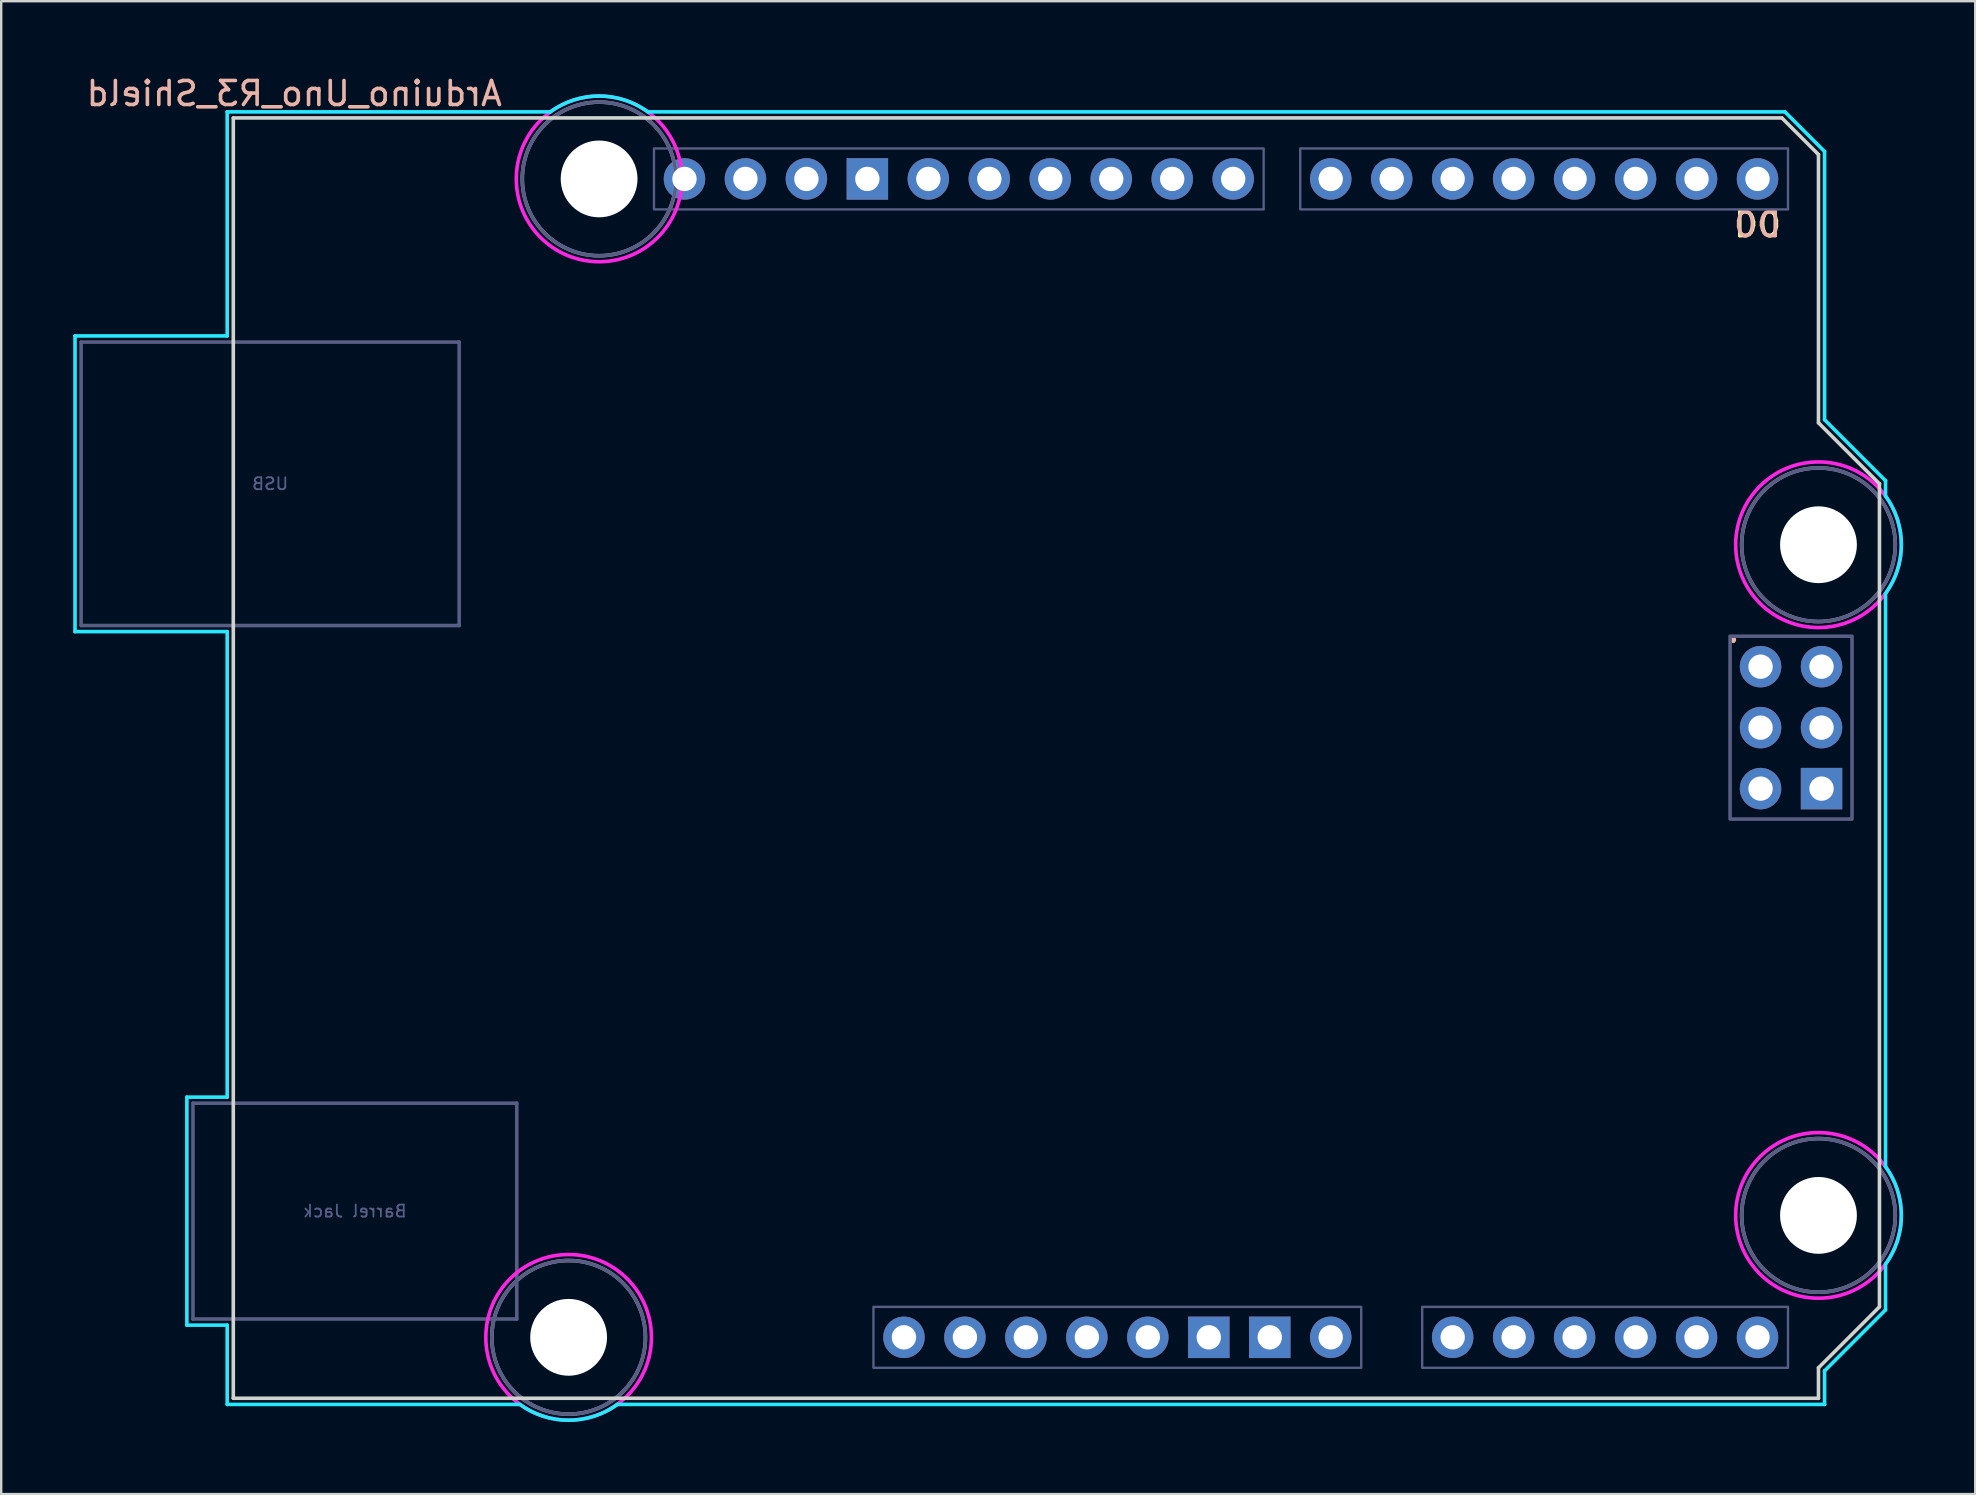
<source format=kicad_pcb>
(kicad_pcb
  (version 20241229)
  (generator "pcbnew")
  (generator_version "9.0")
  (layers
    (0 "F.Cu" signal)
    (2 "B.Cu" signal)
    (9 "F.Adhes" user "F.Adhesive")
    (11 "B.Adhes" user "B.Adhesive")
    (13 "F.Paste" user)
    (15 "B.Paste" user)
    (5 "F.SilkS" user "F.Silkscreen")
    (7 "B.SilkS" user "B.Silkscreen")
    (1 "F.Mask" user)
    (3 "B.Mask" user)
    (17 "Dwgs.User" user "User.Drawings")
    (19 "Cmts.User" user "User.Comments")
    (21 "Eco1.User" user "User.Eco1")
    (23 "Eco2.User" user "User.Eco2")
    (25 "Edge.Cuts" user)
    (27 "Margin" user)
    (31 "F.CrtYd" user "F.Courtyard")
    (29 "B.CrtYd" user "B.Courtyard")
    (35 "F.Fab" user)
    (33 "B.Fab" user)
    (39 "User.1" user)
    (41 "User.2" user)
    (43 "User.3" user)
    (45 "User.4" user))
  (footprint "Arduino_Uno_R3_Shield"
    (layer "F.Cu")
    (at 6.669 55.204)
    (property "Reference" "Arduino_Uno_R3_Shield" (at 2.54 -54.356 0) (layer "B.SilkS") (effects (font (size 1 1) (thickness 0.15)) (justify mirror)))
    (attr through_hole)
    (fp_line (start 0 -53.34) (end 0 0) (stroke (width 0.15) (type solid)) (layer "Edge.Cuts"))
    (fp_line (start 0 -53.34) (end 64.516 -53.34) (stroke (width 0.15) (type solid)) (layer "Edge.Cuts"))
    (fp_line (start 0 0) (end 66.04 0) (stroke (width 0.15) (type solid)) (layer "Edge.Cuts"))
    (fp_line (start 64.516 -53.34) (end 66.04 -51.816) (stroke (width 0.15) (type solid)) (layer "Edge.Cuts"))
    (fp_line (start 66.04 -40.64) (end 66.04 -51.816) (stroke (width 0.15) (type solid)) (layer "Edge.Cuts"))
    (fp_line (start 66.04 -1.27) (end 68.58 -3.81) (stroke (width 0.15) (type solid)) (layer "Edge.Cuts"))
    (fp_line (start 66.04 0) (end 66.04 -1.27) (stroke (width 0.15) (type solid)) (layer "Edge.Cuts"))
    (fp_line (start 68.58 -38.1) (end 66.04 -40.64) (stroke (width 0.15) (type solid)) (layer "Edge.Cuts"))
    (fp_line (start 68.58 -3.81) (end 68.58 -38.1) (stroke (width 0.15) (type solid)) (layer "Edge.Cuts"))
    (fp_line (start -6.594 -44.258) (end -0.254 -44.258) (stroke (width 0.15) (type solid)) (layer "B.CrtYd"))
    (fp_line (start -6.594 -31.94) (end -6.594 -44.258) (stroke (width 0.15) (type solid)) (layer "B.CrtYd"))
    (fp_line (start -1.934 -12.548) (end -1.934 -3.049) (stroke (width 0.15) (type solid)) (layer "B.CrtYd"))
    (fp_line (start -1.934 -12.548) (end -0.254 -12.548) (stroke (width 0.15) (type solid)) (layer "B.CrtYd"))
    (fp_line (start -1.934 -3.049) (end -0.254 -3.049) (stroke (width 0.15) (type solid)) (layer "B.CrtYd"))
    (fp_line (start -0.254 -53.594) (end -0.254 -44.258) (stroke (width 0.15) (type solid)) (layer "B.CrtYd"))
    (fp_line (start -0.254 -31.94) (end -6.594 -31.94) (stroke (width 0.15) (type solid)) (layer "B.CrtYd"))
    (fp_line (start -0.254 -31.94) (end -0.254 -12.548) (stroke (width 0.15) (type solid)) (layer "B.CrtYd"))
    (fp_line (start -0.254 -3.049) (end -0.254 0.254) (stroke (width 0.15) (type solid)) (layer "B.CrtYd"))
    (fp_line (start 11.938 0.254) (end -0.254 0.254) (stroke (width 0.15) (type solid)) (layer "B.CrtYd"))
    (fp_line (start 13.208 -53.594) (end -0.254 -53.594) (stroke (width 0.15) (type solid)) (layer "B.CrtYd"))
    (fp_line (start 16.002 0.254) (end 66.294 0.254) (stroke (width 0.15) (type solid)) (layer "B.CrtYd"))
    (fp_line (start 17.272 -53.594) (end 64.643 -53.594) (stroke (width 0.15) (type solid)) (layer "B.CrtYd"))
    (fp_line (start 64.643 -53.594) (end 66.294 -51.943) (stroke (width 0.15) (type solid)) (layer "B.CrtYd"))
    (fp_line (start 66.294 -40.767) (end 66.294 -51.943) (stroke (width 0.15) (type solid)) (layer "B.CrtYd"))
    (fp_line (start 66.294 -1.143) (end 68.834 -3.683) (stroke (width 0.15) (type solid)) (layer "B.CrtYd"))
    (fp_line (start 66.294 0.254) (end 66.294 -1.143) (stroke (width 0.15) (type solid)) (layer "B.CrtYd"))
    (fp_line (start 68.834 -38.227) (end 66.294 -40.767) (stroke (width 0.15) (type solid)) (layer "B.CrtYd"))
    (fp_line (start 68.834 -38.227) (end 68.834 -37.592) (stroke (width 0.15) (type solid)) (layer "B.CrtYd"))
    (fp_line (start 68.834 -9.652) (end 68.834 -33.528) (stroke (width 0.15) (type solid)) (layer "B.CrtYd"))
    (fp_line (start 68.834 -5.588) (end 68.834 -3.683) (stroke (width 0.15) (type solid)) (layer "B.CrtYd"))
    (fp_arc (start 13.208 -53.594) (mid 15.24 -54.254237) (end 17.272 -53.594) (stroke (width 0.15) (type solid)) (layer "B.CrtYd"))
    (fp_arc (start 16.002 0.254) (mid 13.97 0.914237) (end 11.938 0.254) (stroke (width 0.15) (type solid)) (layer "B.CrtYd"))
    (fp_arc (start 68.834 -37.592) (mid 69.494238 -35.56) (end 68.834 -33.528) (stroke (width 0.15) (type solid)) (layer "B.CrtYd"))
    (fp_arc (start 68.834 -9.652) (mid 69.494238 -7.62) (end 68.834 -5.588) (stroke (width 0.15) (type solid)) (layer "B.CrtYd"))
    (fp_circle (center 13.97 -2.54) (end 17.42 -2.54) (stroke (width 0.15) (type solid)) (fill no) (layer "F.CrtYd"))
    (fp_circle (center 15.24 -50.8) (end 18.69 -50.8) (stroke (width 0.15) (type solid)) (fill no) (layer "F.CrtYd"))
    (fp_circle (center 66.04 -35.56) (end 69.49 -35.56) (stroke (width 0.15) (type solid)) (fill no) (layer "F.CrtYd"))
    (fp_circle (center 66.04 -7.62) (end 69.49 -7.62) (stroke (width 0.15) (type solid)) (fill no) (layer "F.CrtYd"))
    (fp_line (start -6.34 -44.004) (end 9.41 -44.004) (stroke (width 0.15) (type solid)) (layer "B.Fab"))
    (fp_line (start -6.34 -32.194) (end -6.34 -44.004) (stroke (width 0.15) (type solid)) (layer "B.Fab"))
    (fp_line (start -6.34 -32.194) (end 9.41 -32.194) (stroke (width 0.15) (type solid)) (layer "B.Fab"))
    (fp_line (start -1.68 -12.294) (end -1.68 -3.303) (stroke (width 0.15) (type solid)) (layer "B.Fab"))
    (fp_line (start -1.68 -12.294) (end 11.81 -12.294) (stroke (width 0.15) (type solid)) (layer "B.Fab"))
    (fp_line (start -1.68 -3.303) (end 11.81 -3.303) (stroke (width 0.15) (type solid)) (layer "B.Fab"))
    (fp_line (start 9.41 -32.194) (end 9.41 -44.004) (stroke (width 0.15) (type solid)) (layer "B.Fab"))
    (fp_line (start 11.81 -12.294) (end 11.81 -3.303) (stroke (width 0.15) (type solid)) (layer "B.Fab"))
    (fp_rect (start 17.526 -52.07) (end 42.926 -49.53) (stroke (width 0.1) (type solid)) (fill no) (layer "B.Fab"))
    (fp_rect (start 26.67 -3.81) (end 46.99 -1.27) (stroke (width 0.1) (type solid)) (fill no) (layer "B.Fab"))
    (fp_rect (start 44.45 -52.07) (end 64.77 -49.53) (stroke (width 0.1) (type solid)) (fill no) (layer "B.Fab"))
    (fp_rect (start 49.53 -3.81) (end 64.77 -1.27) (stroke (width 0.1) (type solid)) (fill no) (layer "B.Fab"))
    (fp_rect (start 62.357 -31.75) (end 67.437 -24.13) (stroke (width 0.15) (type solid)) (fill no) (layer "B.Fab"))
    (fp_circle (center 13.97 -2.54) (end 17.17 -2.54) (stroke (width 0.15) (type solid)) (fill no) (layer "B.Fab"))
    (fp_circle (center 15.24 -50.8) (end 18.44 -50.8) (stroke (width 0.15) (type solid)) (fill no) (layer "B.Fab"))
    (fp_circle (center 66.04 -35.56) (end 69.24 -35.56) (stroke (width 0.15) (type solid)) (fill no) (layer "B.Fab"))
    (fp_circle (center 66.04 -7.62) (end 69.24 -7.62) (stroke (width 0.15) (type solid)) (fill no) (layer "B.Fab"))
    (fp_circle (center 13.97 -2.54) (end 17.17 -2.54) (stroke (width 0.15) (type solid)) (fill no) (layer "F.Fab"))
    (fp_circle (center 15.24 -50.8) (end 18.44 -50.8) (stroke (width 0.15) (type solid)) (fill no) (layer "F.Fab"))
    (fp_circle (center 66.04 -35.56) (end 69.24 -35.56) (stroke (width 0.15) (type solid)) (fill no) (layer "F.Fab"))
    (fp_circle (center 66.04 -7.62) (end 69.24 -7.62) (stroke (width 0.15) (type solid)) (fill no) (layer "F.Fab"))
    (fp_text user "." (at 62.484 -32.004 0) (layer "F.SilkS") (effects (font (size 1 1) (thickness 0.15))))
    (fp_text user "D0" (at 63.5 -48.895 0) (unlocked yes) (layer "F.SilkS") (effects (font (size 1 1) (thickness 0.15))))
    (fp_text user "." (at 62.484 -32.004 0) (layer "B.SilkS") (effects (font (size 1 1) (thickness 0.15))))
    (fp_text user "D0" (at 63.5 -48.895 0) (unlocked yes) (layer "B.SilkS") (effects (font (size 1 1) (thickness 0.15)) (justify mirror)))
    (fp_text user "Barrel Jack" (at 5.065 -7.798 0) (layer "B.Fab") (effects (font (size 0.5 0.5) (thickness 0.075)) (justify mirror)))
    (fp_text user "USB" (at 1.535 -38.099 0) (layer "B.Fab") (effects (font (size 0.5 0.5) (thickness 0.075)) (justify mirror)))
    (pad "" np_thru_hole circle (at 13.97 -2.54) (size 3.2 3.2) (drill 3.2) (layers "*.Cu" "*.Mask"))
    (pad "" np_thru_hole circle (at 15.24 -50.8) (size 3.2 3.2) (drill 3.2) (layers "*.Cu" "*.Mask"))
    (pad "" thru_hole oval (at 27.94 -2.54) (size 1.727 1.727) (drill 1.016) (layers "*.Cu" "*.Mask"))
    (pad "" np_thru_hole circle (at 66.04 -35.56) (size 3.2 3.2) (drill 3.2) (layers "*.Cu" "*.Mask"))
    (pad "" np_thru_hole circle (at 66.04 -7.62) (size 3.2 3.2) (drill 3.2) (layers "*.Cu" "*.Mask"))
    (pad "3V3" thru_hole oval (at 35.56 -2.54) (size 1.727 1.727) (drill 1.016) (layers "*.Cu" "*.Mask"))
    (pad "5V1" thru_hole oval (at 38.1 -2.54) (size 1.727 1.727) (drill 1.016) (layers "*.Cu" "*.Mask"))
    (pad "5V2" thru_hole oval (at 66.167 -30.48) (size 1.727 1.727) (drill 1.016) (layers "*.Cu" "*.Mask"))
    (pad "A0" thru_hole oval (at 50.8 -2.54) (size 1.727 1.727) (drill 1.016) (layers "*.Cu" "*.Mask"))
    (pad "A1" thru_hole oval (at 53.34 -2.54) (size 1.727 1.727) (drill 1.016) (layers "*.Cu" "*.Mask"))
    (pad "A2" thru_hole oval (at 55.88 -2.54) (size 1.727 1.727) (drill 1.016) (layers "*.Cu" "*.Mask"))
    (pad "A3" thru_hole oval (at 58.42 -2.54) (size 1.727 1.727) (drill 1.016) (layers "*.Cu" "*.Mask"))
    (pad "A4" thru_hole oval (at 60.96 -2.54) (size 1.727 1.727) (drill 1.016) (layers "*.Cu" "*.Mask"))
    (pad "A5" thru_hole oval (at 63.5 -2.54) (size 1.727 1.727) (drill 1.016) (layers "*.Cu" "*.Mask"))
    (pad "AREF" thru_hole oval (at 23.876 -50.8) (size 1.727 1.727) (drill 1.016) (layers "*.Cu" "*.Mask"))
    (pad "D0" thru_hole oval (at 63.5 -50.8) (size 1.727 1.727) (drill 1.016) (layers "*.Cu" "*.Mask"))
    (pad "D1" thru_hole oval (at 60.96 -50.8) (size 1.727 1.727) (drill 1.016) (layers "*.Cu" "*.Mask"))
    (pad "D2" thru_hole oval (at 58.42 -50.8) (size 1.727 1.727) (drill 1.016) (layers "*.Cu" "*.Mask"))
    (pad "D3" thru_hole oval (at 55.88 -50.8) (size 1.727 1.727) (drill 1.016) (layers "*.Cu" "*.Mask"))
    (pad "D4" thru_hole oval (at 53.34 -50.8) (size 1.727 1.727) (drill 1.016) (layers "*.Cu" "*.Mask"))
    (pad "D5" thru_hole oval (at 50.8 -50.8) (size 1.727 1.727) (drill 1.016) (layers "*.Cu" "*.Mask"))
    (pad "D6" thru_hole oval (at 48.26 -50.8) (size 1.727 1.727) (drill 1.016) (layers "*.Cu" "*.Mask"))
    (pad "D7" thru_hole oval (at 45.72 -50.8) (size 1.727 1.727) (drill 1.016) (layers "*.Cu" "*.Mask"))
    (pad "D8" thru_hole oval (at 41.656 -50.8) (size 1.727 1.727) (drill 1.016) (layers "*.Cu" "*.Mask"))
    (pad "D9" thru_hole oval (at 39.116 -50.8) (size 1.727 1.727) (drill 1.016) (layers "*.Cu" "*.Mask"))
    (pad "D10" thru_hole oval (at 36.576 -50.8) (size 1.727 1.727) (drill 1.016) (layers "*.Cu" "*.Mask"))
    (pad "D11" thru_hole oval (at 34.036 -50.8) (size 1.727 1.727) (drill 1.016) (layers "*.Cu" "*.Mask"))
    (pad "D12" thru_hole oval (at 31.496 -50.8) (size 1.727 1.727) (drill 1.016) (layers "*.Cu" "*.Mask"))
    (pad "D13" thru_hole oval (at 28.956 -50.8) (size 1.727 1.727) (drill 1.016) (layers "*.Cu" "*.Mask"))
    (pad "GND1" thru_hole rect (at 26.416 -50.8) (size 1.727 1.727) (drill 1.016) (layers "*.Cu" "*.Mask"))
    (pad "GND2" thru_hole rect (at 40.64 -2.54) (size 1.727 1.727) (drill 1.016) (layers "*.Cu" "*.Mask"))
    (pad "GND3" thru_hole rect (at 43.18 -2.54) (size 1.727 1.727) (drill 1.016) (layers "*.Cu" "*.Mask"))
    (pad "GND4" thru_hole rect (at 66.167 -25.4) (size 1.727 1.727) (drill 1.016) (layers "*.Cu" "*.Mask"))
    (pad "IORF" thru_hole oval (at 30.48 -2.54) (size 1.727 1.727) (drill 1.016) (layers "*.Cu" "*.Mask"))
    (pad "MISO" thru_hole oval (at 63.627 -30.48) (size 1.727 1.727) (drill 1.016) (layers "*.Cu" "*.Mask"))
    (pad "MOSI" thru_hole oval (at 66.167 -27.94) (size 1.727 1.727) (drill 1.016) (layers "*.Cu" "*.Mask"))
    (pad "RST1" thru_hole oval (at 33.02 -2.54) (size 1.727 1.727) (drill 1.016) (layers "*.Cu" "*.Mask"))
    (pad "RST2" thru_hole oval (at 63.627 -25.4) (size 1.727 1.727) (drill 1.016) (layers "*.Cu" "*.Mask"))
    (pad "SCK" thru_hole oval (at 63.627 -27.94) (size 1.727 1.727) (drill 1.016) (layers "*.Cu" "*.Mask"))
    (pad "SCL" thru_hole oval (at 18.796 -50.8) (size 1.727 1.727) (drill 1.016) (layers "*.Cu" "*.Mask"))
    (pad "SDA" thru_hole oval (at 21.336 -50.8) (size 1.727 1.727) (drill 1.016) (layers "*.Cu" "*.Mask"))
    (pad "VIN" thru_hole oval (at 45.72 -2.54) (size 1.727 1.727) (drill 1.016) (layers "*.Cu" "*.Mask")))
  (gr_rect
    (start -3 -3)
    (end 79.238 59.193)
    (stroke (width 0.1) (type default))
    (fill no)
    (layer "Edge.Cuts")))
</source>
